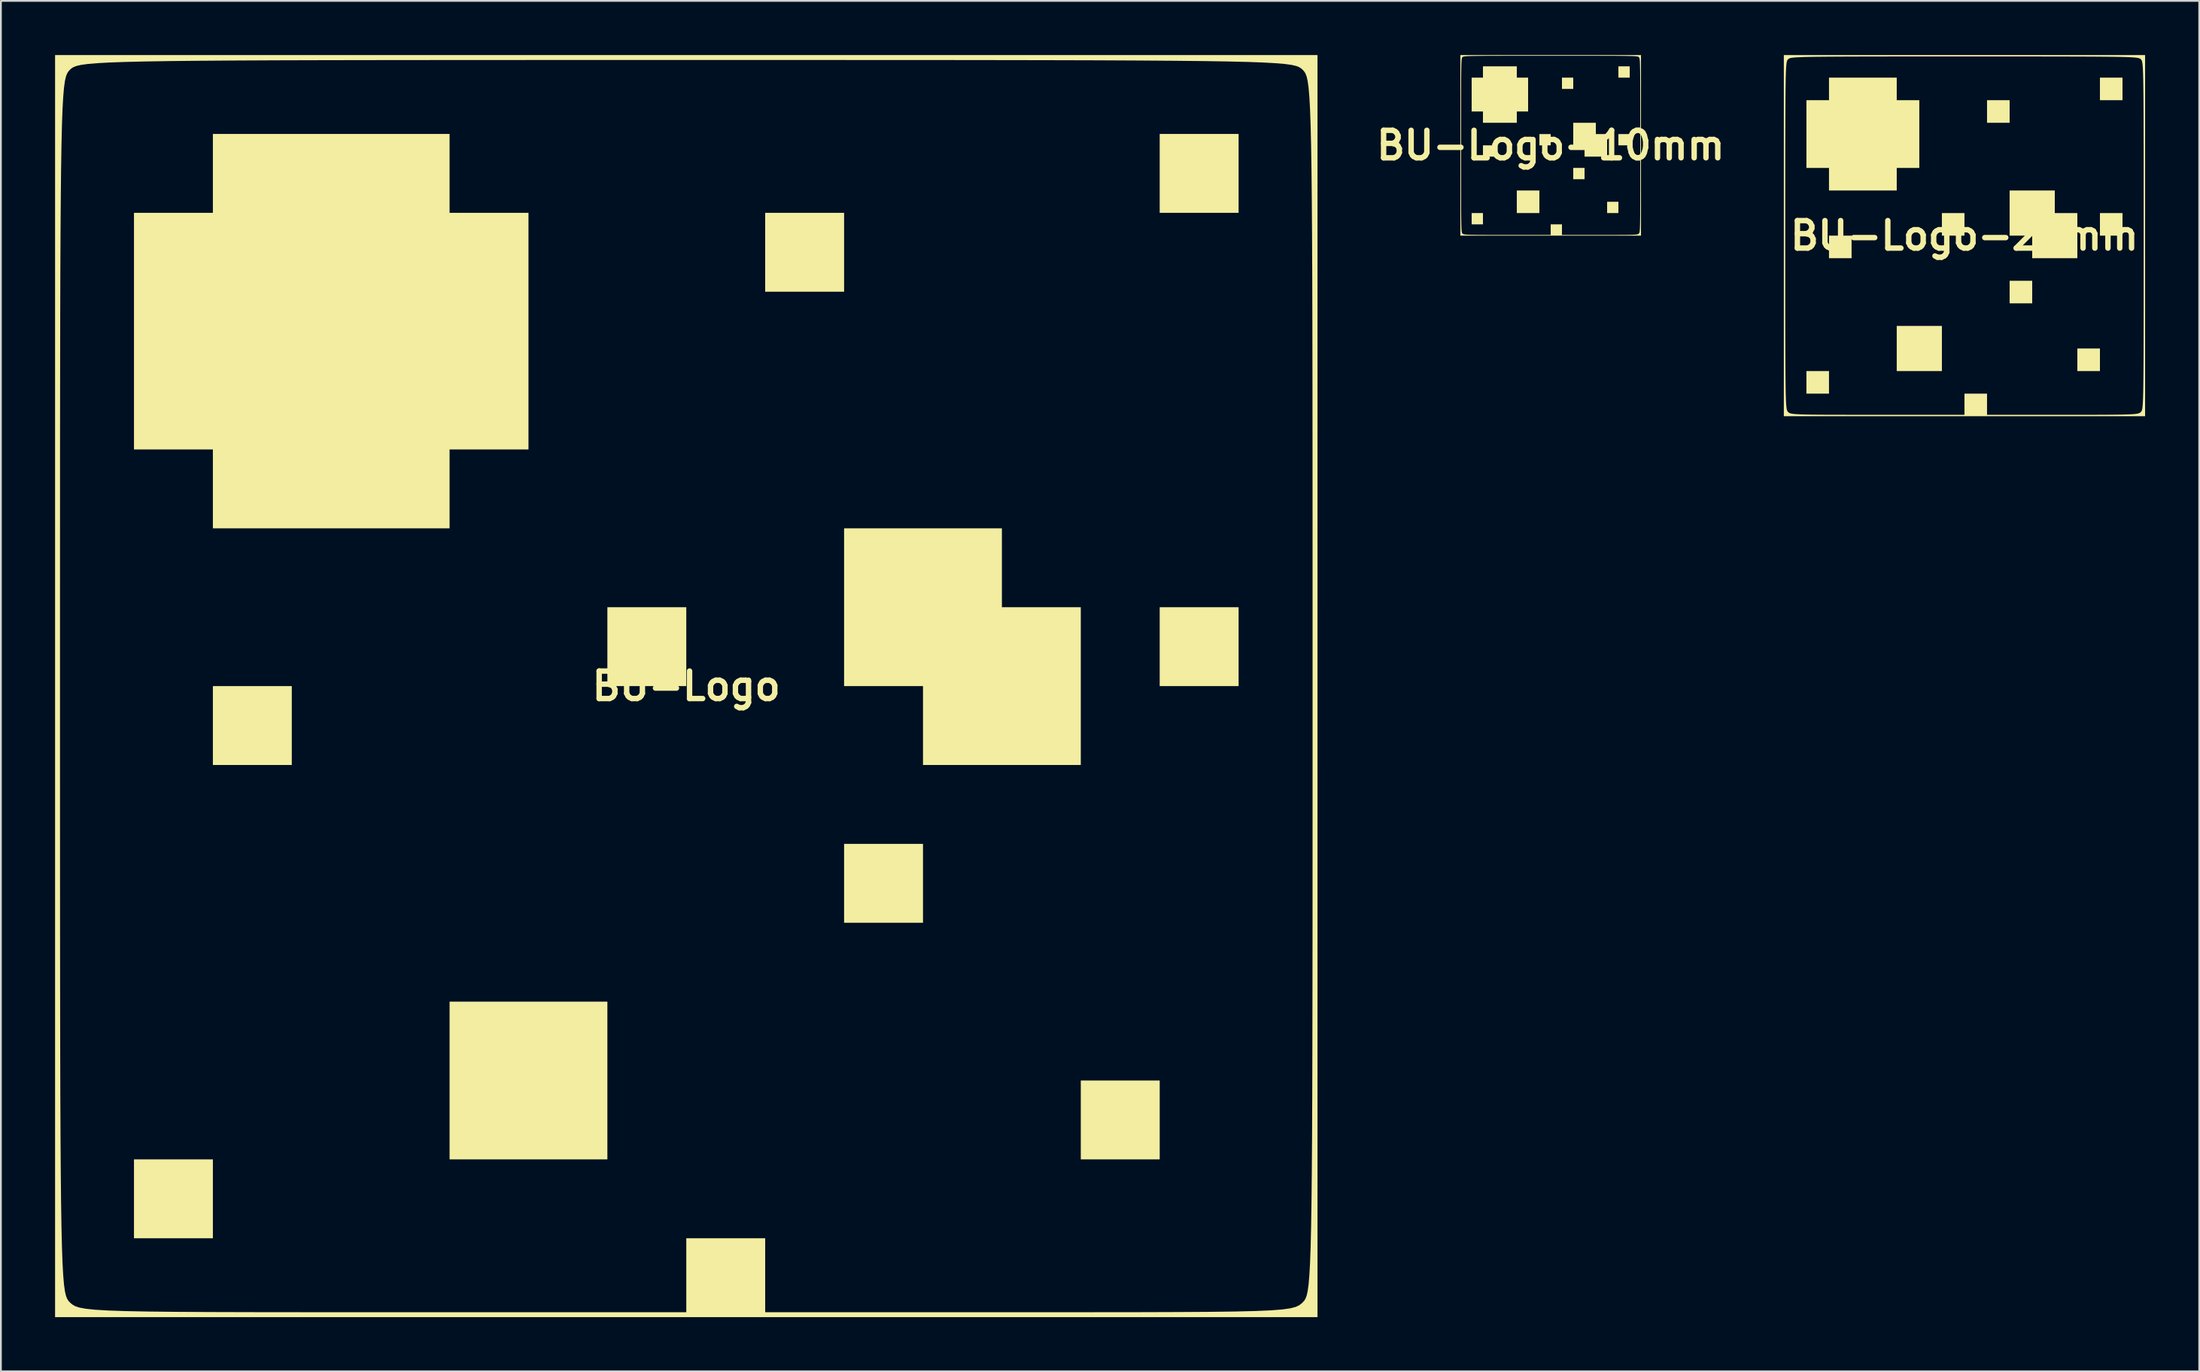
<source format=kicad_pcb>
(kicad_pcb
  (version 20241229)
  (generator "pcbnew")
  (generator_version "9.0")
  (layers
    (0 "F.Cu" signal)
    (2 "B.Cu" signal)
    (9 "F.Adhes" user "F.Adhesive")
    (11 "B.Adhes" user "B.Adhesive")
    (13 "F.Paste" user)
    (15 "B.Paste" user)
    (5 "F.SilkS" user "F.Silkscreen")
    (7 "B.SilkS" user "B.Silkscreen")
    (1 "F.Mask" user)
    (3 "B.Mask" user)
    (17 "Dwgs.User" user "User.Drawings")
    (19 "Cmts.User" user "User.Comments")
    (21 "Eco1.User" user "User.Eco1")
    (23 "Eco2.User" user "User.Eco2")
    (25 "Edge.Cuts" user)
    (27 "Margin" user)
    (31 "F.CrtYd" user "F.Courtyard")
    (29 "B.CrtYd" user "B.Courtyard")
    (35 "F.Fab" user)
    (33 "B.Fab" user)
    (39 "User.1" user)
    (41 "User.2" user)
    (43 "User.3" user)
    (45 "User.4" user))
  (footprint "BU-Logo-20mm"
    (layer "F.Cu")
    (at 105.749 10.004)
    (property "Reference" "BU-Logo-20mm" (at 0 0 0) (layer "F.SilkS") (effects (font (size 1.524 1.524) (thickness 0.3))))
    (attr board_only exclude_from_pos_files exclude_from_bom)
    (fp_poly (pts (xy -7.503 8.753) (xy -8.753 8.753) (xy -8.753 7.503) (xy -7.503 7.503)) (stroke (width 0) (type solid)) (fill yes) (layer "F.SilkS"))
    (fp_poly (pts (xy -6.252 1.25) (xy -7.503 1.25) (xy -7.503 0) (xy -6.252 0)) (stroke (width 0) (type solid)) (fill yes) (layer "F.SilkS"))
    (fp_poly (pts (xy -1.25 7.503) (xy -3.751 7.503) (xy -3.751 5.002) (xy -1.25 5.002)) (stroke (width 0) (type solid)) (fill yes) (layer "F.SilkS"))
    (fp_poly (pts (xy 0 0) (xy -1.25 0) (xy -1.25 -1.25) (xy 0 -1.25)) (stroke (width 0) (type solid)) (fill yes) (layer "F.SilkS"))
    (fp_poly (pts (xy 2.501 -6.252) (xy 1.25 -6.252) (xy 1.25 -7.503) (xy 2.501 -7.503)) (stroke (width 0) (type solid)) (fill yes) (layer "F.SilkS"))
    (fp_poly (pts (xy 3.751 3.751) (xy 2.501 3.751) (xy 2.501 2.501) (xy 3.751 2.501)) (stroke (width 0) (type solid)) (fill yes) (layer "F.SilkS"))
    (fp_poly (pts (xy 7.503 7.503) (xy 6.252 7.503) (xy 6.252 6.252) (xy 7.503 6.252)) (stroke (width 0) (type solid)) (fill yes) (layer "F.SilkS"))
    (fp_poly (pts (xy 8.753 -7.503) (xy 7.503 -7.503) (xy 7.503 -8.753) (xy 8.753 -8.753)) (stroke (width 0) (type solid)) (fill yes) (layer "F.SilkS"))
    (fp_poly (pts (xy 8.753 0) (xy 7.503 0) (xy 7.503 -1.25) (xy 8.753 -1.25)) (stroke (width 0) (type solid)) (fill yes) (layer "F.SilkS"))
    (fp_poly (pts (xy 5.002 -1.25) (xy 6.252 -1.25) (xy 6.252 1.25) (xy 3.751 1.25) (xy 3.751 0) (xy 2.501 0) (xy 2.501 -2.501) (xy 5.002 -2.501)) (stroke (width 0) (type solid)) (fill yes) (layer "F.SilkS"))
    (fp_poly (pts (xy -3.751 -7.503) (xy -2.501 -7.503) (xy -2.501 -3.751) (xy -3.751 -3.751) (xy -3.751 -2.501) (xy -7.503 -2.501) (xy -7.503 -3.751) (xy -8.753 -3.751) (xy -8.753 -7.503) (xy -7.503 -7.503) (xy -7.503 -8.753) (xy -3.751 -8.753)) (stroke (width 0) (type solid)) (fill yes) (layer "F.SilkS"))
    (fp_poly (pts (xy 10.004 10.004) (xy -10.004 10.004) (xy -10.004 0) (xy -9.926 0) (xy -9.926 1.425) (xy -9.925 2.701) (xy -9.925 3.838) (xy -9.924 4.844) (xy -9.922 5.726) (xy -9.92 6.493) (xy -9.917 7.154) (xy -9.913 7.716) (xy -9.908 8.188) (xy -9.902 8.578) (xy -9.894 8.895) (xy -9.885 9.146) (xy -9.875 9.34) (xy -9.862 9.485) (xy -9.848 9.59) (xy -9.832 9.663) (xy -9.813 9.711) (xy -9.792 9.744) (xy -9.769 9.769) (xy -9.733 9.801) (xy -9.687 9.829) (xy -9.619 9.852) (xy -9.517 9.871) (xy -9.368 9.886) (xy -9.162 9.898) (xy -8.886 9.908) (xy -8.528 9.915) (xy -8.077 9.92) (xy -7.52 9.923) (xy -6.846 9.924) (xy -6.043 9.925) (xy -5.098 9.926) (xy -4.806 9.926) (xy 0 9.926) (xy 0 8.753) (xy 1.25 8.753) (xy 1.25 9.926) (xy 5.432 9.926) (xy 6.347 9.925) (xy 7.118 9.925) (xy 7.759 9.923) (xy 8.282 9.919) (xy 8.699 9.914) (xy 9.025 9.906) (xy 9.271 9.895) (xy 9.45 9.881) (xy 9.575 9.863) (xy 9.66 9.841) (xy 9.716 9.814) (xy 9.757 9.782) (xy 9.769 9.769) (xy 9.792 9.744) (xy 9.813 9.711) (xy 9.832 9.662) (xy 9.848 9.59) (xy 9.862 9.485) (xy 9.875 9.34) (xy 9.885 9.145) (xy 9.894 8.894) (xy 9.902 8.577) (xy 9.908 8.187) (xy 9.913 7.715) (xy 9.917 7.153) (xy 9.92 6.492) (xy 9.922 5.725) (xy 9.924 4.842) (xy 9.925 3.837) (xy 9.925 2.699) (xy 9.926 1.422) (xy 9.926 0) (xy 9.926 -1.425) (xy 9.925 -2.701) (xy 9.925 -3.838) (xy 9.924 -4.844) (xy 9.922 -5.726) (xy 9.92 -6.493) (xy 9.917 -7.154) (xy 9.913 -7.716) (xy 9.908 -8.188) (xy 9.902 -8.578) (xy 9.894 -8.895) (xy 9.885 -9.146) (xy 9.875 -9.34) (xy 9.862 -9.485) (xy 9.848 -9.59) (xy 9.832 -9.663) (xy 9.813 -9.711) (xy 9.792 -9.744) (xy 9.769 -9.769) (xy 9.744 -9.792) (xy 9.711 -9.813) (xy 9.662 -9.832) (xy 9.59 -9.848) (xy 9.485 -9.862) (xy 9.34 -9.875) (xy 9.145 -9.885) (xy 8.894 -9.894) (xy 8.577 -9.902) (xy 8.187 -9.908) (xy 7.715 -9.913) (xy 7.153 -9.917) (xy 6.492 -9.92) (xy 5.725 -9.922) (xy 4.842 -9.924) (xy 3.837 -9.925) (xy 2.699 -9.925) (xy 1.422 -9.926) (xy 0 -9.926) (xy -1.425 -9.926) (xy -2.701 -9.925) (xy -3.838 -9.925) (xy -4.844 -9.924) (xy -5.726 -9.922) (xy -6.493 -9.92) (xy -7.154 -9.917) (xy -7.716 -9.913) (xy -8.188 -9.908) (xy -8.578 -9.902) (xy -8.895 -9.894) (xy -9.146 -9.885) (xy -9.34 -9.875) (xy -9.485 -9.862) (xy -9.59 -9.848) (xy -9.663 -9.832) (xy -9.711 -9.813) (xy -9.744 -9.792) (xy -9.769 -9.769) (xy -9.792 -9.744) (xy -9.813 -9.711) (xy -9.832 -9.662) (xy -9.848 -9.59) (xy -9.862 -9.485) (xy -9.875 -9.34) (xy -9.885 -9.145) (xy -9.894 -8.894) (xy -9.902 -8.577) (xy -9.908 -8.187) (xy -9.913 -7.715) (xy -9.917 -7.153) (xy -9.92 -6.492) (xy -9.922 -5.725) (xy -9.924 -4.842) (xy -9.925 -3.837) (xy -9.925 -2.699) (xy -9.926 -1.422) (xy -9.926 0) (xy -10.004 0) (xy -10.004 -10.004) (xy 10.004 -10.004)) (stroke (width 0) (type solid)) (fill yes) (layer "F.SilkS")))
  (footprint "BU-Logo-10mm"
    (layer "F.Cu")
    (at 82.832 5.002)
    (property "Reference" "BU-Logo-10mm" (at 0 0 0) (layer "F.SilkS") (effects (font (size 1.524 1.524) (thickness 0.3))))
    (attr board_only exclude_from_pos_files exclude_from_bom)
    (fp_poly (pts (xy -3.751 4.377) (xy -4.377 4.377) (xy -4.377 3.751) (xy -3.751 3.751)) (stroke (width 0) (type solid)) (fill yes) (layer "F.SilkS"))
    (fp_poly (pts (xy -3.126 0.625) (xy -3.751 0.625) (xy -3.751 0) (xy -3.126 0)) (stroke (width 0) (type solid)) (fill yes) (layer "F.SilkS"))
    (fp_poly (pts (xy -0.625 3.751) (xy -1.876 3.751) (xy -1.876 2.501) (xy -0.625 2.501)) (stroke (width 0) (type solid)) (fill yes) (layer "F.SilkS"))
    (fp_poly (pts (xy 0 0) (xy -0.625 0) (xy -0.625 -0.625) (xy 0 -0.625)) (stroke (width 0) (type solid)) (fill yes) (layer "F.SilkS"))
    (fp_poly (pts (xy 1.25 -3.126) (xy 0.625 -3.126) (xy 0.625 -3.751) (xy 1.25 -3.751)) (stroke (width 0) (type solid)) (fill yes) (layer "F.SilkS"))
    (fp_poly (pts (xy 1.876 1.876) (xy 1.25 1.876) (xy 1.25 1.25) (xy 1.876 1.25)) (stroke (width 0) (type solid)) (fill yes) (layer "F.SilkS"))
    (fp_poly (pts (xy 3.751 3.751) (xy 3.126 3.751) (xy 3.126 3.126) (xy 3.751 3.126)) (stroke (width 0) (type solid)) (fill yes) (layer "F.SilkS"))
    (fp_poly (pts (xy 4.377 -3.751) (xy 3.751 -3.751) (xy 3.751 -4.377) (xy 4.377 -4.377)) (stroke (width 0) (type solid)) (fill yes) (layer "F.SilkS"))
    (fp_poly (pts (xy 4.377 0) (xy 3.751 0) (xy 3.751 -0.625) (xy 4.377 -0.625)) (stroke (width 0) (type solid)) (fill yes) (layer "F.SilkS"))
    (fp_poly (pts (xy 2.501 -0.625) (xy 3.126 -0.625) (xy 3.126 0.625) (xy 1.876 0.625) (xy 1.876 0) (xy 1.25 0) (xy 1.25 -1.25) (xy 2.501 -1.25)) (stroke (width 0) (type solid)) (fill yes) (layer "F.SilkS"))
    (fp_poly (pts (xy -1.876 -3.751) (xy -1.25 -3.751) (xy -1.25 -1.876) (xy -1.876 -1.876) (xy -1.876 -1.25) (xy -3.751 -1.25) (xy -3.751 -1.876) (xy -4.377 -1.876) (xy -4.377 -3.751) (xy -3.751 -3.751) (xy -3.751 -4.377) (xy -1.876 -4.377)) (stroke (width 0) (type solid)) (fill yes) (layer "F.SilkS"))
    (fp_poly (pts (xy 5.002 5.002) (xy -5.002 5.002) (xy -5.002 0) (xy -4.963 0) (xy -4.963 0.712) (xy -4.963 1.351) (xy -4.962 1.919) (xy -4.962 2.422) (xy -4.961 2.863) (xy -4.96 3.247) (xy -4.959 3.577) (xy -4.957 3.858) (xy -4.954 4.094) (xy -4.951 4.289) (xy -4.947 4.447) (xy -4.943 4.573) (xy -4.937 4.67) (xy -4.931 4.743) (xy -4.924 4.795) (xy -4.916 4.831) (xy -4.907 4.856) (xy -4.896 4.872) (xy -4.885 4.885) (xy -4.867 4.901) (xy -4.844 4.914) (xy -4.81 4.926) (xy -4.758 4.935) (xy -4.684 4.943) (xy -4.581 4.949) (xy -4.443 4.954) (xy -4.264 4.957) (xy -4.038 4.96) (xy -3.76 4.961) (xy -3.423 4.962) (xy -3.021 4.963) (xy -2.549 4.963) (xy -2.403 4.963) (xy 0 4.963) (xy 0 4.377) (xy 0.625 4.377) (xy 0.625 4.963) (xy 2.716 4.963) (xy 3.173 4.963) (xy 3.559 4.962) (xy 3.879 4.961) (xy 4.141 4.96) (xy 4.35 4.957) (xy 4.512 4.953) (xy 4.635 4.948) (xy 4.725 4.941) (xy 4.788 4.932) (xy 4.83 4.92) (xy 4.858 4.907) (xy 4.878 4.891) (xy 4.885 4.885) (xy 4.896 4.872) (xy 4.907 4.855) (xy 4.916 4.831) (xy 4.924 4.795) (xy 4.931 4.742) (xy 4.937 4.67) (xy 4.943 4.573) (xy 4.947 4.447) (xy 4.951 4.289) (xy 4.954 4.094) (xy 4.957 3.858) (xy 4.959 3.576) (xy 4.96 3.246) (xy 4.961 2.862) (xy 4.962 2.421) (xy 4.962 1.918) (xy 4.963 1.35) (xy 4.963 0.711) (xy 4.963 0) (xy 4.963 -0.712) (xy 4.963 -1.351) (xy 4.962 -1.919) (xy 4.962 -2.422) (xy 4.961 -2.863) (xy 4.96 -3.247) (xy 4.959 -3.577) (xy 4.957 -3.858) (xy 4.954 -4.094) (xy 4.951 -4.289) (xy 4.947 -4.447) (xy 4.943 -4.573) (xy 4.937 -4.67) (xy 4.931 -4.743) (xy 4.924 -4.795) (xy 4.916 -4.831) (xy 4.907 -4.856) (xy 4.896 -4.872) (xy 4.885 -4.885) (xy 4.872 -4.896) (xy 4.855 -4.907) (xy 4.831 -4.916) (xy 4.795 -4.924) (xy 4.742 -4.931) (xy 4.67 -4.937) (xy 4.573 -4.943) (xy 4.447 -4.947) (xy 4.289 -4.951) (xy 4.094 -4.954) (xy 3.858 -4.957) (xy 3.576 -4.959) (xy 3.246 -4.96) (xy 2.862 -4.961) (xy 2.421 -4.962) (xy 1.918 -4.962) (xy 1.35 -4.963) (xy 0.711 -4.963) (xy 0 -4.963) (xy -0.712 -4.963) (xy -1.351 -4.963) (xy -1.919 -4.962) (xy -2.422 -4.962) (xy -2.863 -4.961) (xy -3.247 -4.96) (xy -3.577 -4.959) (xy -3.858 -4.957) (xy -4.094 -4.954) (xy -4.289 -4.951) (xy -4.447 -4.947) (xy -4.573 -4.943) (xy -4.67 -4.937) (xy -4.743 -4.931) (xy -4.795 -4.924) (xy -4.831 -4.916) (xy -4.856 -4.907) (xy -4.872 -4.896) (xy -4.885 -4.885) (xy -4.896 -4.872) (xy -4.907 -4.855) (xy -4.916 -4.831) (xy -4.924 -4.795) (xy -4.931 -4.742) (xy -4.937 -4.67) (xy -4.943 -4.573) (xy -4.947 -4.447) (xy -4.951 -4.289) (xy -4.954 -4.094) (xy -4.957 -3.858) (xy -4.959 -3.576) (xy -4.96 -3.246) (xy -4.961 -2.862) (xy -4.962 -2.421) (xy -4.962 -1.918) (xy -4.963 -1.35) (xy -4.963 -0.711) (xy -4.963 0) (xy -5.002 0) (xy -5.002 -5.002) (xy 5.002 -5.002)) (stroke (width 0) (type solid)) (fill yes) (layer "F.SilkS")))
  (footprint "BU-Logo"
    (layer "F.Cu")
    (at 34.959 34.959)
    (property "Reference" "BU-Logo" (at 0 0 0) (layer "F.SilkS") (effects (font (size 1.524 1.524) (thickness 0.3))))
    (attr board_only exclude_from_pos_files exclude_from_bom)
    (fp_poly (pts (xy -26.219 30.589) (xy -30.589 30.589) (xy -30.589 26.219) (xy -26.219 26.219)) (stroke (width 0) (type solid)) (fill yes) (layer "F.SilkS"))
    (fp_poly (pts (xy -21.849 4.37) (xy -26.219 4.37) (xy -26.219 0) (xy -21.849 0)) (stroke (width 0) (type solid)) (fill yes) (layer "F.SilkS"))
    (fp_poly (pts (xy -4.37 26.219) (xy -13.11 26.219) (xy -13.11 17.48) (xy -4.37 17.48)) (stroke (width 0) (type solid)) (fill yes) (layer "F.SilkS"))
    (fp_poly (pts (xy 0 0) (xy -4.37 0) (xy -4.37 -4.37) (xy 0 -4.37)) (stroke (width 0) (type solid)) (fill yes) (layer "F.SilkS"))
    (fp_poly (pts (xy 8.74 -21.849) (xy 4.37 -21.849) (xy 4.37 -26.219) (xy 8.74 -26.219)) (stroke (width 0) (type solid)) (fill yes) (layer "F.SilkS"))
    (fp_poly (pts (xy 13.11 13.11) (xy 8.74 13.11) (xy 8.74 8.74) (xy 13.11 8.74)) (stroke (width 0) (type solid)) (fill yes) (layer "F.SilkS"))
    (fp_poly (pts (xy 26.219 26.219) (xy 21.849 26.219) (xy 21.849 21.849) (xy 26.219 21.849)) (stroke (width 0) (type solid)) (fill yes) (layer "F.SilkS"))
    (fp_poly (pts (xy 30.589 -26.219) (xy 26.219 -26.219) (xy 26.219 -30.589) (xy 30.589 -30.589)) (stroke (width 0) (type solid)) (fill yes) (layer "F.SilkS"))
    (fp_poly (pts (xy 30.589 0) (xy 26.219 0) (xy 26.219 -4.37) (xy 30.589 -4.37)) (stroke (width 0) (type solid)) (fill yes) (layer "F.SilkS"))
    (fp_poly (pts (xy 17.48 -4.37) (xy 21.849 -4.37) (xy 21.849 4.37) (xy 13.11 4.37) (xy 13.11 0) (xy 8.74 0) (xy 8.74 -8.74) (xy 17.48 -8.74)) (stroke (width 0) (type solid)) (fill yes) (layer "F.SilkS"))
    (fp_poly (pts (xy -13.11 -26.219) (xy -8.74 -26.219) (xy -8.74 -13.11) (xy -13.11 -13.11) (xy -13.11 -8.74) (xy -26.219 -8.74) (xy -26.219 -13.11) (xy -30.589 -13.11) (xy -30.589 -26.219) (xy -26.219 -26.219) (xy -26.219 -30.589) (xy -13.11 -30.589)) (stroke (width 0) (type solid)) (fill yes) (layer "F.SilkS"))
    (fp_poly (pts (xy 34.959 34.959) (xy -34.959 34.959) (xy -34.959 0) (xy -34.686 0) (xy -34.686 4.979) (xy -34.685 9.44) (xy -34.683 13.414) (xy -34.68 16.927) (xy -34.675 20.01) (xy -34.668 22.691) (xy -34.657 25) (xy -34.643 26.964) (xy -34.626 28.614) (xy -34.604 29.977) (xy -34.577 31.083) (xy -34.546 31.961) (xy -34.508 32.639) (xy -34.465 33.147) (xy -34.415 33.513) (xy -34.358 33.767) (xy -34.293 33.937) (xy -34.221 34.051) (xy -34.14 34.14) (xy -34.015 34.252) (xy -33.854 34.347) (xy -33.615 34.428) (xy -33.257 34.494) (xy -32.738 34.548) (xy -32.017 34.591) (xy -31.052 34.624) (xy -29.802 34.648) (xy -28.225 34.665) (xy -26.279 34.676) (xy -23.924 34.682) (xy -21.117 34.685) (xy -17.816 34.686) (xy -16.797 34.686) (xy 0 34.686) (xy 0 30.589) (xy 4.37 30.589) (xy 4.37 34.686) (xy 18.982 34.686) (xy 22.179 34.685) (xy 24.875 34.683) (xy 27.114 34.676) (xy 28.941 34.665) (xy 30.401 34.646) (xy 31.538 34.618) (xy 32.398 34.581) (xy 33.024 34.531) (xy 33.462 34.468) (xy 33.757 34.39) (xy 33.953 34.296) (xy 34.095 34.183) (xy 34.14 34.14) (xy 34.221 34.051) (xy 34.293 33.936) (xy 34.358 33.767) (xy 34.415 33.513) (xy 34.465 33.146) (xy 34.508 32.638) (xy 34.546 31.96) (xy 34.578 31.082) (xy 34.604 29.975) (xy 34.626 28.611) (xy 34.643 26.961) (xy 34.657 24.996) (xy 34.668 22.687) (xy 34.675 20.005) (xy 34.68 16.922) (xy 34.684 13.407) (xy 34.685 9.433) (xy 34.686 4.971) (xy 34.686 0) (xy 34.686 -4.979) (xy 34.685 -9.44) (xy 34.683 -13.414) (xy 34.68 -16.927) (xy 34.675 -20.01) (xy 34.668 -22.691) (xy 34.657 -25) (xy 34.643 -26.964) (xy 34.626 -28.614) (xy 34.604 -29.977) (xy 34.577 -31.083) (xy 34.546 -31.961) (xy 34.508 -32.639) (xy 34.465 -33.147) (xy 34.415 -33.513) (xy 34.358 -33.767) (xy 34.293 -33.937) (xy 34.221 -34.051) (xy 34.14 -34.14) (xy 34.051 -34.221) (xy 33.936 -34.293) (xy 33.767 -34.358) (xy 33.513 -34.415) (xy 33.146 -34.465) (xy 32.638 -34.508) (xy 31.96 -34.546) (xy 31.082 -34.578) (xy 29.975 -34.604) (xy 28.611 -34.626) (xy 26.961 -34.643) (xy 24.996 -34.657) (xy 22.687 -34.668) (xy 20.005 -34.675) (xy 16.922 -34.68) (xy 13.407 -34.684) (xy 9.433 -34.685) (xy 4.971 -34.686) (xy 0 -34.686) (xy -4.979 -34.686) (xy -9.44 -34.685) (xy -13.414 -34.683) (xy -16.927 -34.68) (xy -20.01 -34.675) (xy -22.691 -34.668) (xy -25 -34.657) (xy -26.964 -34.643) (xy -28.614 -34.626) (xy -29.977 -34.604) (xy -31.083 -34.577) (xy -31.961 -34.546) (xy -32.639 -34.508) (xy -33.147 -34.465) (xy -33.513 -34.415) (xy -33.767 -34.358) (xy -33.937 -34.293) (xy -34.051 -34.221) (xy -34.14 -34.14) (xy -34.221 -34.051) (xy -34.293 -33.936) (xy -34.358 -33.767) (xy -34.415 -33.513) (xy -34.465 -33.146) (xy -34.508 -32.638) (xy -34.546 -31.96) (xy -34.578 -31.082) (xy -34.604 -29.975) (xy -34.626 -28.611) (xy -34.643 -26.961) (xy -34.657 -24.996) (xy -34.668 -22.687) (xy -34.675 -20.005) (xy -34.68 -16.922) (xy -34.684 -13.407) (xy -34.685 -9.433) (xy -34.686 -4.971) (xy -34.686 0) (xy -34.959 0) (xy -34.959 -34.959) (xy 34.959 -34.959)) (stroke (width 0) (type solid)) (fill yes) (layer "F.SilkS")))
  (gr_rect
    (start -3 -3)
    (end 118.752 72.918)
    (stroke (width 0.1) (type default))
    (fill no)
    (layer "Edge.Cuts")))
</source>
